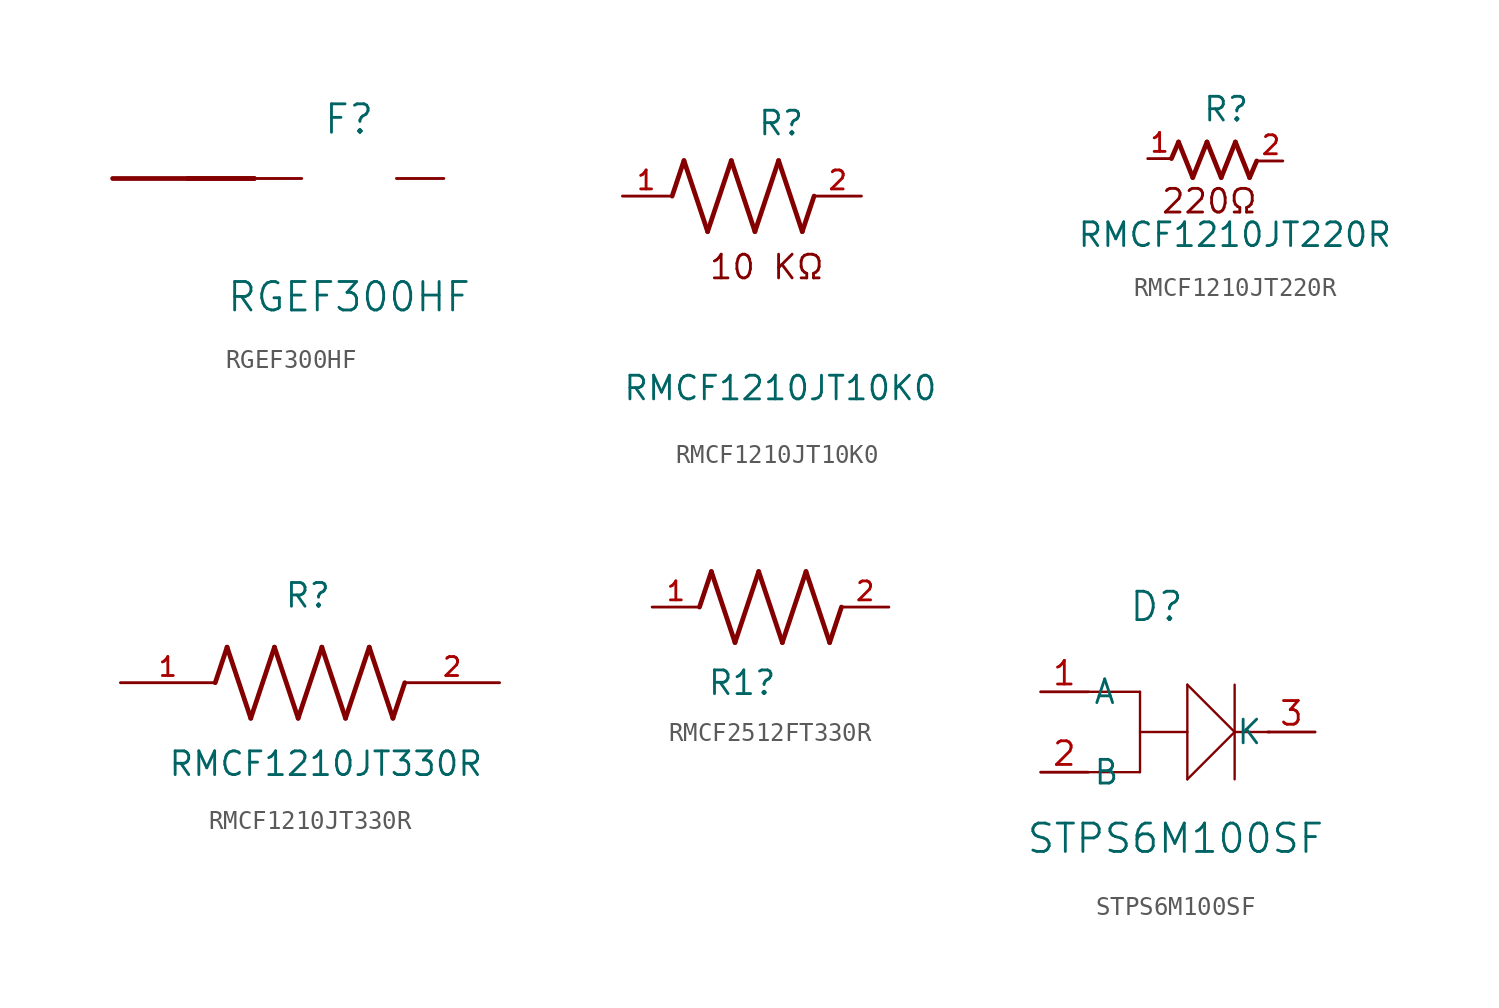
<source format=kicad_sym>
(kicad_symbol_lib
  (version 20211014)
  (generator kicad_symbol_editor)
  (symbol "RGEF300HF"
    (pin_numbers hide)
    (pin_names hide)
    (property "Reference" "F"
      (at 5.08 3.175 0)
      (effects (font (size 1.524 1.524))))
    (property "Value" "RGEF300HF"
      (at 5.08 -6.35 0)
      (effects (font (size 1.524 1.524))))
    (property "Datasheet" ""
      (at 0 0 0)
      (effects (font (size 1.524 1.524))))
    (symbol "RGEF300HF_1_1"
      (arc (start -7.5946 0) (mid -3.7973 -0.0003) (end 0 0) (stroke (width 0.254) (type default) (color 0 0 0 0)) (fill (type none)))
      (arc (start -3.5814 0) (mid -1.7907 -0.0001) (end 0 0) (stroke (width 0.254) (type default) (color 0 0 0 0)) (fill (type none)))
      (pin unspecified line (at 0 0 0) (length 2.54) (name "1" (effects (font (size 1.499 1.499)))) (number "1" (effects (font (size 1.499 1.499)))))
      (pin unspecified line (at 10.16 0 180) (length 2.54) (name "2" (effects (font (size 1.499 1.499)))) (number "2" (effects (font (size 1.499 1.499)))))))
  (symbol "RMCF1210JT10K0"
    (pin_names
      (offset 1.016))
    (property "Reference" "R"
      (at -0.508 3.175 0)
      (effects (font (size 1.27 1.27)) (justify left bottom)))
    (property "Value" "RMCF1210JT10K0"
      (at -7.747 -11.049 0)
      (effects (font (size 1.27 1.27)) (justify left bottom)))
    (symbol "RMCF1210JT10K0_0_0"
      (polyline (pts (xy -5.08 0) (xy -4.445 1.905)) (stroke (width 0.254) (type default) (color 0 0 0 0)) (fill (type none)))
      (polyline (pts (xy -4.445 1.905) (xy -3.175 -1.905)) (stroke (width 0.254) (type default) (color 0 0 0 0)) (fill (type none)))
      (polyline (pts (xy -3.175 -1.905) (xy -1.905 1.905)) (stroke (width 0.254) (type default) (color 0 0 0 0)) (fill (type none)))
      (polyline (pts (xy -1.905 1.905) (xy -0.635 -1.905)) (stroke (width 0.254) (type default) (color 0 0 0 0)) (fill (type none)))
      (polyline (pts (xy -0.635 -1.905) (xy 0.635 1.905)) (stroke (width 0.254) (type default) (color 0 0 0 0)) (fill (type none)))
      (polyline (pts (xy 0.635 1.905) (xy 1.905 -1.905)) (stroke (width 0.254) (type default) (color 0 0 0 0)) (fill (type none)))
      (polyline (pts (xy 1.905 -1.905) (xy 2.54 0)) (stroke (width 0.254) (type default) (color 0 0 0 0)) (fill (type none)))
      (text "10 KΩ" (at 0 -3.81 0) (effects (font (size 1.27 1.27))))
      (pin passive line (at -7.747 0 0) (length 2.54) (name "~" (effects (font (size 1.016 1.016)))) (number "1" (effects (font (size 1.016 1.016)))))
      (pin passive line (at 5.08 0 180) (length 2.54) (name "~" (effects (font (size 1.016 1.016)))) (number "2" (effects (font (size 1.016 1.016)))))))
  (symbol "RMCF1210JT220R"
    (pin_names
      (offset 1.016))
    (property "Reference" "R"
      (at -3.175 2.032 0)
      (effects (font (size 1.27 1.27)) (justify left bottom)))
    (property "Value" "RMCF1210JT220R"
      (at -9.906 -4.699 0)
      (effects (font (size 1.27 1.27)) (justify left bottom)))
    (symbol "RMCF1210JT220R_0_0"
      (polyline (pts (xy -4.826 0.127) (xy -4.445 1.016)) (stroke (width 0.254) (type default) (color 0 0 0 0)) (fill (type none)))
      (polyline (pts (xy -3.683 -0.889) (xy -4.445 1.016)) (stroke (width 0.254) (type default) (color 0 0 0 0)) (fill (type none)))
      (polyline (pts (xy -3.683 -0.889) (xy -2.921 1.016)) (stroke (width 0.254) (type default) (color 0 0 0 0)) (fill (type none)))
      (polyline (pts (xy -2.159 -0.889) (xy -2.921 1.016)) (stroke (width 0.254) (type default) (color 0 0 0 0)) (fill (type none)))
      (polyline (pts (xy -2.159 -0.889) (xy -1.397 1.016)) (stroke (width 0.254) (type default) (color 0 0 0 0)) (fill (type none)))
      (polyline (pts (xy -0.635 -0.889) (xy -1.397 1.016)) (stroke (width 0.254) (type default) (color 0 0 0 0)) (fill (type none)))
      (polyline (pts (xy -0.635 -0.889) (xy -0.254 0)) (stroke (width 0.254) (type default) (color 0 0 0 0)) (fill (type none)))
      (text "220Ω" (at -2.794 -2.159 0) (effects (font (size 1.27 1.27))))
      (pin passive line (at -6.096 0.127 0) (length 1.27) (name "~" (effects (font (size 1.016 1.016)))) (number "1" (effects (font (size 1.016 1.016)))))
      (pin passive line (at 1.143 0 180) (length 1.27) (name "~" (effects (font (size 1.016 1.016)))) (number "2" (effects (font (size 1.016 1.016)))))))
  (symbol "RMCF1210JT330R"
    (pin_names
      (offset 1.016))
    (property "Reference" "R"
      (at -1.397 3.937 0)
      (effects (font (size 1.27 1.27)) (justify left bottom)))
    (property "Value" "RMCF1210JT330R"
      (at -7.63 -5.087 0)
      (effects (font (size 1.27 1.27)) (justify left bottom)))
    (symbol "RMCF1210JT330R_0_0"
      (polyline (pts (xy -5.08 0) (xy -4.445 1.905)) (stroke (width 0.254) (type default) (color 0 0 0 0)) (fill (type none)))
      (polyline (pts (xy -4.445 1.905) (xy -3.175 -1.905)) (stroke (width 0.254) (type default) (color 0 0 0 0)) (fill (type none)))
      (polyline (pts (xy -3.175 -1.905) (xy -1.905 1.905)) (stroke (width 0.254) (type default) (color 0 0 0 0)) (fill (type none)))
      (polyline (pts (xy -1.905 1.905) (xy -0.635 -1.905)) (stroke (width 0.254) (type default) (color 0 0 0 0)) (fill (type none)))
      (polyline (pts (xy -0.635 -1.905) (xy 0.635 1.905)) (stroke (width 0.254) (type default) (color 0 0 0 0)) (fill (type none)))
      (polyline (pts (xy 0.635 1.905) (xy 1.905 -1.905)) (stroke (width 0.254) (type default) (color 0 0 0 0)) (fill (type none)))
      (polyline (pts (xy 1.905 -1.905) (xy 3.175 1.905)) (stroke (width 0.254) (type default) (color 0 0 0 0)) (fill (type none)))
      (polyline (pts (xy 3.175 1.905) (xy 4.445 -1.905)) (stroke (width 0.254) (type default) (color 0 0 0 0)) (fill (type none)))
      (polyline (pts (xy 4.445 -1.905) (xy 5.08 0)) (stroke (width 0.254) (type default) (color 0 0 0 0)) (fill (type none)))
      (pin passive line (at -10.16 0 0) (length 5.08) (name "~" (effects (font (size 1.016 1.016)))) (number "1" (effects (font (size 1.016 1.016)))))
      (pin passive line (at 10.16 0 180) (length 5.08) (name "~" (effects (font (size 1.016 1.016)))) (number "2" (effects (font (size 1.016 1.016)))))))
  (symbol "RMCF2512FT330R"
    (pin_names
      (offset 1.016))
    (property "Reference" "R1"
      (at -0.254 -4.064 0)
      (effects (font (size 1.27 1.27))))
    (symbol "RMCF2512FT330R_0_0"
      (polyline (pts (xy -2.54 0) (xy -1.905 1.905)) (stroke (width 0.254) (type default) (color 0 0 0 0)) (fill (type none)))
      (polyline (pts (xy -1.905 1.905) (xy -0.635 -1.905)) (stroke (width 0.254) (type default) (color 0 0 0 0)) (fill (type none)))
      (polyline (pts (xy -0.635 -1.905) (xy 0.635 1.905)) (stroke (width 0.254) (type default) (color 0 0 0 0)) (fill (type none)))
      (polyline (pts (xy 0.635 1.905) (xy 1.905 -1.905)) (stroke (width 0.254) (type default) (color 0 0 0 0)) (fill (type none)))
      (polyline (pts (xy 1.905 -1.905) (xy 3.175 1.905)) (stroke (width 0.254) (type default) (color 0 0 0 0)) (fill (type none)))
      (polyline (pts (xy 3.175 1.905) (xy 4.445 -1.905)) (stroke (width 0.254) (type default) (color 0 0 0 0)) (fill (type none)))
      (polyline (pts (xy 4.445 -1.905) (xy 5.08 0)) (stroke (width 0.254) (type default) (color 0 0 0 0)) (fill (type none)))
      (pin passive line (at -5.08 0 0) (length 2.54) (name "~" (effects (font (size 1.016 1.016)))) (number "1" (effects (font (size 1.016 1.016)))))
      (pin passive line (at 7.62 0 180) (length 2.54) (name "~" (effects (font (size 1.016 1.016)))) (number "2" (effects (font (size 1.016 1.016)))))))
  (symbol "STPS6M100SF"
    (pin_names
      (offset 0.254))
    (property "Reference" "D"
      (at 18.669 1.651 0)
      (effects (font (size 1.524 1.524))))
    (property "Value" "STPS6M100SF"
      (at 19.685 -10.795 0)
      (effects (font (size 1.524 1.524))))
    (symbol "STPS6M100SF_0_1"
      (polyline (pts (xy 17.767 -7.236) (xy 15.017 -7.236)) (stroke (width 0.127) (type default) (color 0 0 0 0)) (fill (type none)))
      (polyline (pts (xy 17.78 -5.08) (xy 20.32 -5.08)) (stroke (width 0.127) (type default) (color 0 0 0 0)) (fill (type none)))
      (polyline (pts (xy 17.78 -2.921) (xy 15.029 -2.921)) (stroke (width 0.127) (type default) (color 0 0 0 0)) (fill (type none)))
      (polyline (pts (xy 17.78 -2.921) (xy 17.78 -7.239)) (stroke (width 0.127) (type default) (color 0 0 0 0)) (fill (type none)))
      (polyline (pts (xy 20.32 -7.62) (xy 20.32 -2.54)) (stroke (width 0.127) (type default) (color 0 0 0 0)) (fill (type none)))
      (polyline (pts (xy 20.32 -7.62) (xy 22.86 -5.08)) (stroke (width 0.127) (type default) (color 0 0 0 0)) (fill (type none)))
      (polyline (pts (xy 20.32 -2.54) (xy 22.86 -5.08)) (stroke (width 0.127) (type default) (color 0 0 0 0)) (fill (type none)))
      (polyline (pts (xy 22.86 -5.08) (xy 22.86 -7.62)) (stroke (width 0.127) (type default) (color 0 0 0 0)) (fill (type none)))
      (polyline (pts (xy 22.86 -5.08) (xy 22.86 -2.54)) (stroke (width 0.127) (type default) (color 0 0 0 0)) (fill (type none)))
      (polyline (pts (xy 22.86 -5.08) (xy 24.765 -5.08)) (stroke (width 0.127) (type default) (color 0 0 0 0)) (fill (type none)))
      (pin unspecified line (at 12.446 -2.921 0) (length 2.54) (name "A" (effects (font (size 1.27 1.27)))) (number "1" (effects (font (size 1.27 1.27)))))
      (pin unspecified line (at 12.446 -7.239 0) (length 2.54) (name "B" (effects (font (size 1.27 1.27)))) (number "2" (effects (font (size 1.27 1.27)))))
      (pin unspecified line (at 27.178 -5.08 180) (length 2.54) (name "K" (effects (font (size 1.27 1.27)))) (number "3" (effects (font (size 1.27 1.27))))))))
</source>
